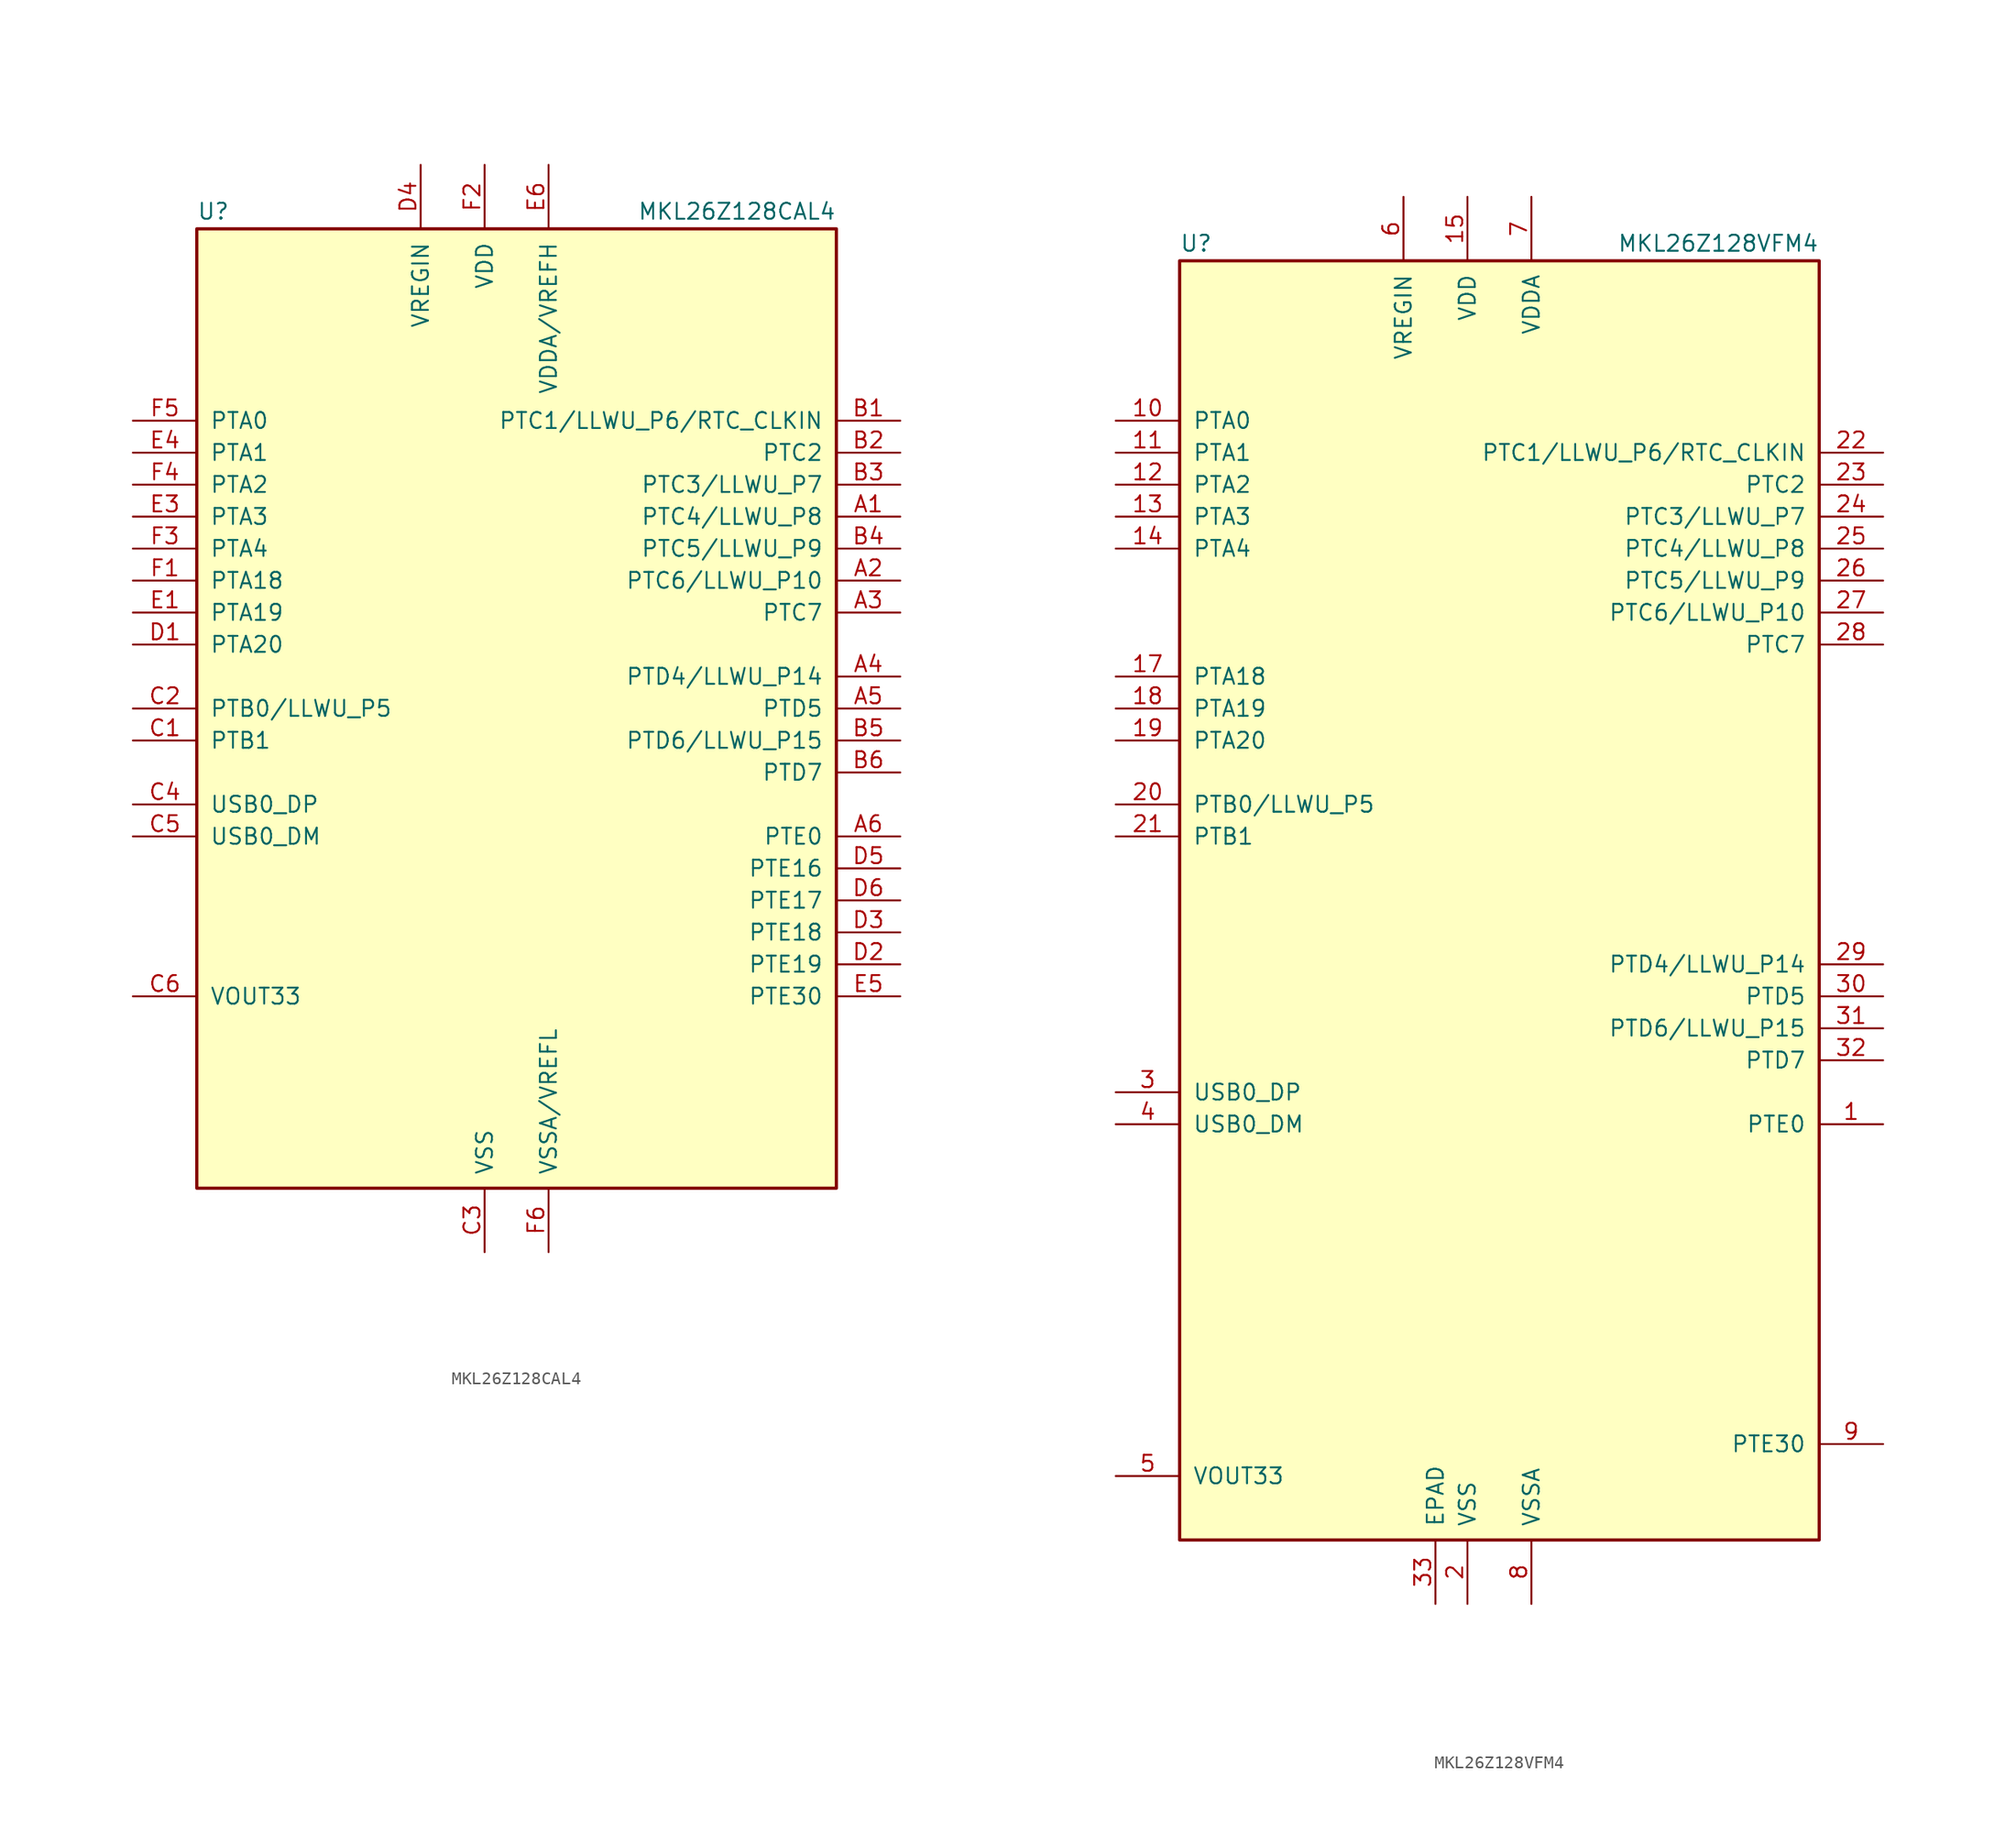
<source format=kicad_sym>
(kicad_symbol_lib
  (version 20241209)
  (generator "kicad_symbol_editor")
  (generator_version "9.0")
  (symbol "MKL26Z128CAL4"
    (pin_names
      (offset 1.016))
    (property "Reference" "U"
      (at -25.4 38.735 0)
      (effects (font (size 1.27 1.27)) (justify left bottom)))
    (property "Value" "MKL26Z128CAL4"
      (at 25.4 38.735 0)
      (effects (font (size 1.27 1.27)) (justify right bottom)))
    (symbol "MKL26Z128CAL4_0_1"
      (rectangle (start -25.4 38.1) (end 25.4 -38.1) (stroke (width 0.254) (type default)) (fill (type background))))
    (symbol "MKL26Z128CAL4_1_1"
      (pin bidirectional line (at -30.48 22.86 0) (length 5.08) (name "PTA0" (effects (font (size 1.27 1.27)))) (number "F5" (effects (font (size 1.27 1.27)))))
      (pin bidirectional line (at -30.48 20.32 0) (length 5.08) (name "PTA1" (effects (font (size 1.27 1.27)))) (number "E4" (effects (font (size 1.27 1.27)))))
      (pin bidirectional line (at -30.48 17.78 0) (length 5.08) (name "PTA2" (effects (font (size 1.27 1.27)))) (number "F4" (effects (font (size 1.27 1.27)))))
      (pin bidirectional line (at -30.48 15.24 0) (length 5.08) (name "PTA3" (effects (font (size 1.27 1.27)))) (number "E3" (effects (font (size 1.27 1.27)))))
      (pin bidirectional line (at -30.48 12.7 0) (length 5.08) (name "PTA4" (effects (font (size 1.27 1.27)))) (number "F3" (effects (font (size 1.27 1.27)))))
      (pin bidirectional line (at -30.48 10.16 0) (length 5.08) (name "PTA18" (effects (font (size 1.27 1.27)))) (number "F1" (effects (font (size 1.27 1.27)))))
      (pin bidirectional line (at -30.48 7.62 0) (length 5.08) (name "PTA19" (effects (font (size 1.27 1.27)))) (number "E1" (effects (font (size 1.27 1.27)))))
      (pin bidirectional line (at -30.48 5.08 0) (length 5.08) (name "PTA20" (effects (font (size 1.27 1.27)))) (number "D1" (effects (font (size 1.27 1.27)))))
      (pin bidirectional line (at -30.48 0 0) (length 5.08) (name "PTB0/LLWU_P5" (effects (font (size 1.27 1.27)))) (number "C2" (effects (font (size 1.27 1.27)))))
      (pin bidirectional line (at -30.48 -2.54 0) (length 5.08) (name "PTB1" (effects (font (size 1.27 1.27)))) (number "C1" (effects (font (size 1.27 1.27)))))
      (pin bidirectional line (at -30.48 -7.62 0) (length 5.08) (name "USB0_DP" (effects (font (size 1.27 1.27)))) (number "C4" (effects (font (size 1.27 1.27)))))
      (pin bidirectional line (at -30.48 -10.16 0) (length 5.08) (name "USB0_DM" (effects (font (size 1.27 1.27)))) (number "C5" (effects (font (size 1.27 1.27)))))
      (pin power_out line (at -30.48 -22.86 0) (length 5.08) (name "VOUT33" (effects (font (size 1.27 1.27)))) (number "C6" (effects (font (size 1.27 1.27)))))
      (pin power_in line (at -7.62 43.18 270) (length 5.08) (name "VREGIN" (effects (font (size 1.27 1.27)))) (number "D4" (effects (font (size 1.27 1.27)))))
      (pin power_in line (at -2.54 43.18 270) (length 5.08) (name "VDD" (effects (font (size 1.27 1.27)))) (number "F2" (effects (font (size 1.27 1.27)))))
      (pin power_in line (at -2.54 -43.18 90) (length 5.08) (name "VSS" (effects (font (size 1.27 1.27)))) (number "C3" (effects (font (size 1.27 1.27)))))
      (pin passive line (at -2.54 -43.18 90) (length 5.08) (hide yes) (name "VSS" (effects (font (size 1.27 1.27)))) (number "E2" (effects (font (size 1.27 1.27)))))
      (pin power_in line (at 2.54 43.18 270) (length 5.08) (name "VDDA/VREFH" (effects (font (size 1.27 1.27)))) (number "E6" (effects (font (size 1.27 1.27)))))
      (pin power_in line (at 2.54 -43.18 90) (length 5.08) (name "VSSA/VREFL" (effects (font (size 1.27 1.27)))) (number "F6" (effects (font (size 1.27 1.27)))))
      (pin bidirectional line (at 30.48 22.86 180) (length 5.08) (name "PTC1/LLWU_P6/RTC_CLKIN" (effects (font (size 1.27 1.27)))) (number "B1" (effects (font (size 1.27 1.27)))))
      (pin bidirectional line (at 30.48 20.32 180) (length 5.08) (name "PTC2" (effects (font (size 1.27 1.27)))) (number "B2" (effects (font (size 1.27 1.27)))))
      (pin bidirectional line (at 30.48 17.78 180) (length 5.08) (name "PTC3/LLWU_P7" (effects (font (size 1.27 1.27)))) (number "B3" (effects (font (size 1.27 1.27)))))
      (pin bidirectional line (at 30.48 15.24 180) (length 5.08) (name "PTC4/LLWU_P8" (effects (font (size 1.27 1.27)))) (number "A1" (effects (font (size 1.27 1.27)))))
      (pin bidirectional line (at 30.48 12.7 180) (length 5.08) (name "PTC5/LLWU_P9" (effects (font (size 1.27 1.27)))) (number "B4" (effects (font (size 1.27 1.27)))))
      (pin bidirectional line (at 30.48 10.16 180) (length 5.08) (name "PTC6/LLWU_P10" (effects (font (size 1.27 1.27)))) (number "A2" (effects (font (size 1.27 1.27)))))
      (pin bidirectional line (at 30.48 7.62 180) (length 5.08) (name "PTC7" (effects (font (size 1.27 1.27)))) (number "A3" (effects (font (size 1.27 1.27)))))
      (pin bidirectional line (at 30.48 2.54 180) (length 5.08) (name "PTD4/LLWU_P14" (effects (font (size 1.27 1.27)))) (number "A4" (effects (font (size 1.27 1.27)))))
      (pin bidirectional line (at 30.48 0 180) (length 5.08) (name "PTD5" (effects (font (size 1.27 1.27)))) (number "A5" (effects (font (size 1.27 1.27)))))
      (pin bidirectional line (at 30.48 -2.54 180) (length 5.08) (name "PTD6/LLWU_P15" (effects (font (size 1.27 1.27)))) (number "B5" (effects (font (size 1.27 1.27)))))
      (pin bidirectional line (at 30.48 -5.08 180) (length 5.08) (name "PTD7" (effects (font (size 1.27 1.27)))) (number "B6" (effects (font (size 1.27 1.27)))))
      (pin bidirectional line (at 30.48 -10.16 180) (length 5.08) (name "PTE0" (effects (font (size 1.27 1.27)))) (number "A6" (effects (font (size 1.27 1.27)))))
      (pin bidirectional line (at 30.48 -12.7 180) (length 5.08) (name "PTE16" (effects (font (size 1.27 1.27)))) (number "D5" (effects (font (size 1.27 1.27)))))
      (pin bidirectional line (at 30.48 -15.24 180) (length 5.08) (name "PTE17" (effects (font (size 1.27 1.27)))) (number "D6" (effects (font (size 1.27 1.27)))))
      (pin bidirectional line (at 30.48 -17.78 180) (length 5.08) (name "PTE18" (effects (font (size 1.27 1.27)))) (number "D3" (effects (font (size 1.27 1.27)))))
      (pin bidirectional line (at 30.48 -20.32 180) (length 5.08) (name "PTE19" (effects (font (size 1.27 1.27)))) (number "D2" (effects (font (size 1.27 1.27)))))
      (pin bidirectional line (at 30.48 -22.86 180) (length 5.08) (name "PTE30" (effects (font (size 1.27 1.27)))) (number "E5" (effects (font (size 1.27 1.27)))))))
  (symbol "MKL26Z128VFM4"
    (pin_names
      (offset 1.016))
    (property "Reference" "U"
      (at -25.4 51.435 0)
      (effects (font (size 1.27 1.27)) (justify left bottom)))
    (property "Value" "MKL26Z128VFM4"
      (at 25.4 51.435 0)
      (effects (font (size 1.27 1.27)) (justify right bottom)))
    (symbol "MKL26Z128VFM4_0_1"
      (rectangle (start -25.4 50.8) (end 25.4 -50.8) (stroke (width 0.254) (type default)) (fill (type background))))
    (symbol "MKL26Z128VFM4_1_1"
      (pin bidirectional line (at -30.48 38.1 0) (length 5.08) (name "PTA0" (effects (font (size 1.27 1.27)))) (number "10" (effects (font (size 1.27 1.27)))))
      (pin bidirectional line (at -30.48 35.56 0) (length 5.08) (name "PTA1" (effects (font (size 1.27 1.27)))) (number "11" (effects (font (size 1.27 1.27)))))
      (pin bidirectional line (at -30.48 33.02 0) (length 5.08) (name "PTA2" (effects (font (size 1.27 1.27)))) (number "12" (effects (font (size 1.27 1.27)))))
      (pin bidirectional line (at -30.48 30.48 0) (length 5.08) (name "PTA3" (effects (font (size 1.27 1.27)))) (number "13" (effects (font (size 1.27 1.27)))))
      (pin bidirectional line (at -30.48 27.94 0) (length 5.08) (name "PTA4" (effects (font (size 1.27 1.27)))) (number "14" (effects (font (size 1.27 1.27)))))
      (pin bidirectional line (at -30.48 17.78 0) (length 5.08) (name "PTA18" (effects (font (size 1.27 1.27)))) (number "17" (effects (font (size 1.27 1.27)))))
      (pin bidirectional line (at -30.48 15.24 0) (length 5.08) (name "PTA19" (effects (font (size 1.27 1.27)))) (number "18" (effects (font (size 1.27 1.27)))))
      (pin bidirectional line (at -30.48 12.7 0) (length 5.08) (name "PTA20" (effects (font (size 1.27 1.27)))) (number "19" (effects (font (size 1.27 1.27)))))
      (pin bidirectional line (at -30.48 7.62 0) (length 5.08) (name "PTB0/LLWU_P5" (effects (font (size 1.27 1.27)))) (number "20" (effects (font (size 1.27 1.27)))))
      (pin bidirectional line (at -30.48 5.08 0) (length 5.08) (name "PTB1" (effects (font (size 1.27 1.27)))) (number "21" (effects (font (size 1.27 1.27)))))
      (pin bidirectional line (at -30.48 -15.24 0) (length 5.08) (name "USB0_DP" (effects (font (size 1.27 1.27)))) (number "3" (effects (font (size 1.27 1.27)))))
      (pin bidirectional line (at -30.48 -17.78 0) (length 5.08) (name "USB0_DM" (effects (font (size 1.27 1.27)))) (number "4" (effects (font (size 1.27 1.27)))))
      (pin power_out line (at -30.48 -45.72 0) (length 5.08) (name "VOUT33" (effects (font (size 1.27 1.27)))) (number "5" (effects (font (size 1.27 1.27)))))
      (pin power_in line (at -7.62 55.88 270) (length 5.08) (name "VREGIN" (effects (font (size 1.27 1.27)))) (number "6" (effects (font (size 1.27 1.27)))))
      (pin power_in line (at -5.08 -55.88 90) (length 5.08) (name "EPAD" (effects (font (size 1.27 1.27)))) (number "33" (effects (font (size 1.27 1.27)))))
      (pin power_in line (at -2.54 55.88 270) (length 5.08) (name "VDD" (effects (font (size 1.27 1.27)))) (number "15" (effects (font (size 1.27 1.27)))))
      (pin passive line (at -2.54 -55.88 90) (length 5.08) (hide yes) (name "VSS" (effects (font (size 1.27 1.27)))) (number "16" (effects (font (size 1.27 1.27)))))
      (pin power_in line (at -2.54 -55.88 90) (length 5.08) (name "VSS" (effects (font (size 1.27 1.27)))) (number "2" (effects (font (size 1.27 1.27)))))
      (pin power_in line (at 2.54 55.88 270) (length 5.08) (name "VDDA" (effects (font (size 1.27 1.27)))) (number "7" (effects (font (size 1.27 1.27)))))
      (pin power_in line (at 2.54 -55.88 90) (length 5.08) (name "VSSA" (effects (font (size 1.27 1.27)))) (number "8" (effects (font (size 1.27 1.27)))))
      (pin bidirectional line (at 30.48 35.56 180) (length 5.08) (name "PTC1/LLWU_P6/RTC_CLKIN" (effects (font (size 1.27 1.27)))) (number "22" (effects (font (size 1.27 1.27)))))
      (pin bidirectional line (at 30.48 33.02 180) (length 5.08) (name "PTC2" (effects (font (size 1.27 1.27)))) (number "23" (effects (font (size 1.27 1.27)))))
      (pin bidirectional line (at 30.48 30.48 180) (length 5.08) (name "PTC3/LLWU_P7" (effects (font (size 1.27 1.27)))) (number "24" (effects (font (size 1.27 1.27)))))
      (pin bidirectional line (at 30.48 27.94 180) (length 5.08) (name "PTC4/LLWU_P8" (effects (font (size 1.27 1.27)))) (number "25" (effects (font (size 1.27 1.27)))))
      (pin bidirectional line (at 30.48 25.4 180) (length 5.08) (name "PTC5/LLWU_P9" (effects (font (size 1.27 1.27)))) (number "26" (effects (font (size 1.27 1.27)))))
      (pin bidirectional line (at 30.48 22.86 180) (length 5.08) (name "PTC6/LLWU_P10" (effects (font (size 1.27 1.27)))) (number "27" (effects (font (size 1.27 1.27)))))
      (pin bidirectional line (at 30.48 20.32 180) (length 5.08) (name "PTC7" (effects (font (size 1.27 1.27)))) (number "28" (effects (font (size 1.27 1.27)))))
      (pin bidirectional line (at 30.48 -5.08 180) (length 5.08) (name "PTD4/LLWU_P14" (effects (font (size 1.27 1.27)))) (number "29" (effects (font (size 1.27 1.27)))))
      (pin bidirectional line (at 30.48 -7.62 180) (length 5.08) (name "PTD5" (effects (font (size 1.27 1.27)))) (number "30" (effects (font (size 1.27 1.27)))))
      (pin bidirectional line (at 30.48 -10.16 180) (length 5.08) (name "PTD6/LLWU_P15" (effects (font (size 1.27 1.27)))) (number "31" (effects (font (size 1.27 1.27)))))
      (pin bidirectional line (at 30.48 -12.7 180) (length 5.08) (name "PTD7" (effects (font (size 1.27 1.27)))) (number "32" (effects (font (size 1.27 1.27)))))
      (pin bidirectional line (at 30.48 -17.78 180) (length 5.08) (name "PTE0" (effects (font (size 1.27 1.27)))) (number "1" (effects (font (size 1.27 1.27)))))
      (pin bidirectional line (at 30.48 -43.18 180) (length 5.08) (name "PTE30" (effects (font (size 1.27 1.27)))) (number "9" (effects (font (size 1.27 1.27))))))))
</source>
